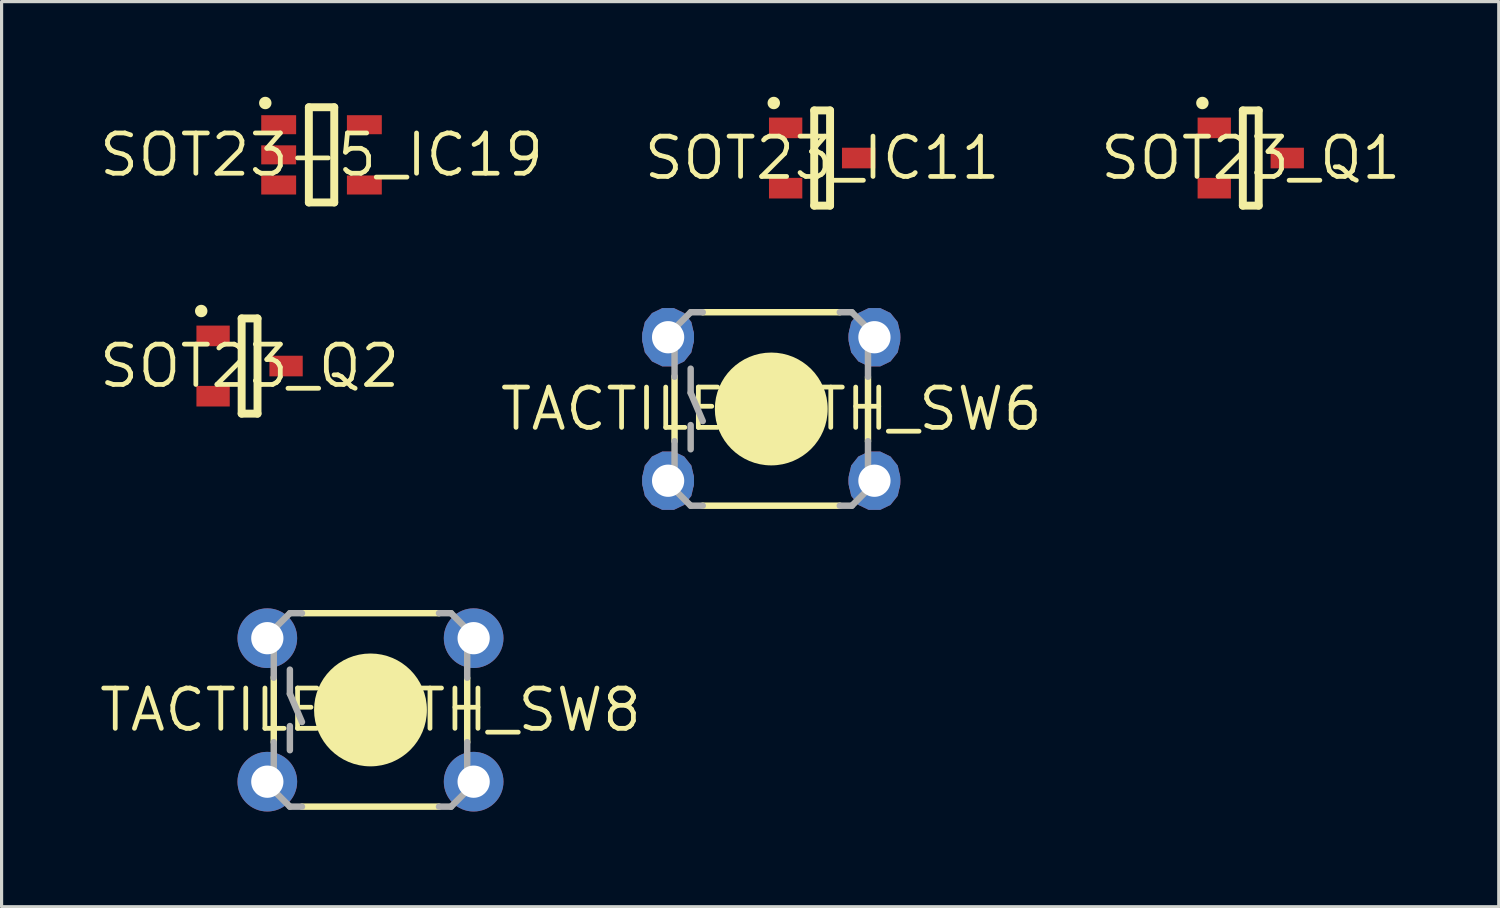
<source format=kicad_pcb>
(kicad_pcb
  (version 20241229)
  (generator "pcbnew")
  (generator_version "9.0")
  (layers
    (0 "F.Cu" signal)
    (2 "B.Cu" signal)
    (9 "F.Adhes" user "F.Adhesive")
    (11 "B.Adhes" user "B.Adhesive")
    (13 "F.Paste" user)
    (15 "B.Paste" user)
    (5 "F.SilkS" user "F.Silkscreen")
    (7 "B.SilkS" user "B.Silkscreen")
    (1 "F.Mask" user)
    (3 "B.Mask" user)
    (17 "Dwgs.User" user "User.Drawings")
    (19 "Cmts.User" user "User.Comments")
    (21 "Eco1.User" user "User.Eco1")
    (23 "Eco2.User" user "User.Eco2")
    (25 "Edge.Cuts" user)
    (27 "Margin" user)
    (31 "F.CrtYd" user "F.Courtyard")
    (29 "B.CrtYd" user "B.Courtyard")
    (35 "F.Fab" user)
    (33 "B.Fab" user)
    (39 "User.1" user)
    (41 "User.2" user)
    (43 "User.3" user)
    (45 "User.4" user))
  (footprint "TACTILE-PTH_SW6"
    (layer "F.Cu")
    (at 21.255 9.838)
    (property "Reference" "TACTILE-PTH_SW6" (at 0 0 0) (layer "F.SilkS") (effects (font (size 1.27 1.27) (thickness 0.15))))
    (fp_poly (pts (xy -2.744 -3.023) (xy -2.519 -2.74) (xy -2.438 -2.387) (xy -2.438 -2.134) (xy -2.519 -1.781) (xy -2.744 -1.498) (xy -3.071 -1.341) (xy -3.432 -1.341) (xy -3.758 -1.498) (xy -3.984 -1.781) (xy -4.064 -2.134) (xy -4.064 -2.387) (xy -3.984 -2.74) (xy -3.758 -3.023) (xy -3.432 -3.18) (xy -3.071 -3.18)) (stroke (width 0) (type default)) (fill yes) (layer "F.Cu"))
    (fp_poly (pts (xy -2.744 1.498) (xy -2.519 1.781) (xy -2.438 2.134) (xy -2.438 2.387) (xy -2.519 2.74) (xy -2.744 3.023) (xy -3.071 3.18) (xy -3.432 3.18) (xy -3.758 3.023) (xy -3.984 2.74) (xy -4.064 2.387) (xy -4.064 2.134) (xy -3.984 1.781) (xy -3.758 1.498) (xy -3.432 1.341) (xy -3.071 1.341)) (stroke (width 0) (type default)) (fill yes) (layer "F.Cu"))
    (fp_poly (pts (xy 3.758 -3.023) (xy 3.984 -2.74) (xy 4.064 -2.387) (xy 4.064 -2.134) (xy 3.984 -1.781) (xy 3.758 -1.498) (xy 3.432 -1.341) (xy 3.071 -1.341) (xy 2.744 -1.498) (xy 2.519 -1.781) (xy 2.438 -2.134) (xy 2.438 -2.387) (xy 2.519 -2.74) (xy 2.744 -3.023) (xy 3.071 -3.18) (xy 3.432 -3.18)) (stroke (width 0) (type default)) (fill yes) (layer "F.Cu"))
    (fp_poly (pts (xy 3.758 1.498) (xy 3.984 1.781) (xy 4.064 2.134) (xy 4.064 2.387) (xy 3.984 2.74) (xy 3.758 3.023) (xy 3.432 3.18) (xy 3.071 3.18) (xy 2.744 3.023) (xy 2.519 2.74) (xy 2.438 2.387) (xy 2.438 2.134) (xy 2.519 1.781) (xy 2.744 1.498) (xy 3.071 1.341) (xy 3.432 1.341)) (stroke (width 0) (type default)) (fill yes) (layer "F.Cu"))
    (fp_poly (pts (xy -2.678 -3.106) (xy -2.424 -2.785) (xy -2.336 -2.399) (xy -2.336 -2.122) (xy -2.424 -1.736) (xy -2.678 -1.416) (xy -3.047 -1.239) (xy -3.455 -1.239) (xy -3.824 -1.416) (xy -4.078 -1.736) (xy -4.167 -2.122) (xy -4.167 -2.399) (xy -4.078 -2.785) (xy -3.824 -3.106) (xy -3.455 -3.283) (xy -3.047 -3.283)) (stroke (width 0) (type default)) (fill yes) (layer "F.Mask"))
    (fp_poly (pts (xy -2.678 1.416) (xy -2.424 1.736) (xy -2.336 2.122) (xy -2.336 2.399) (xy -2.424 2.785) (xy -2.678 3.106) (xy -3.047 3.283) (xy -3.455 3.283) (xy -3.824 3.106) (xy -4.078 2.785) (xy -4.167 2.399) (xy -4.167 2.122) (xy -4.078 1.736) (xy -3.824 1.416) (xy -3.455 1.239) (xy -3.047 1.239)) (stroke (width 0) (type default)) (fill yes) (layer "F.Mask"))
    (fp_poly (pts (xy 3.824 -3.106) (xy 4.078 -2.785) (xy 4.167 -2.399) (xy 4.167 -2.122) (xy 4.078 -1.736) (xy 3.824 -1.416) (xy 3.455 -1.239) (xy 3.047 -1.239) (xy 2.678 -1.416) (xy 2.424 -1.736) (xy 2.336 -2.122) (xy 2.336 -2.399) (xy 2.424 -2.785) (xy 2.678 -3.106) (xy 3.047 -3.283) (xy 3.455 -3.283)) (stroke (width 0) (type default)) (fill yes) (layer "F.Mask"))
    (fp_poly (pts (xy 3.824 1.416) (xy 4.078 1.736) (xy 4.167 2.122) (xy 4.167 2.399) (xy 4.078 2.785) (xy 3.824 3.106) (xy 3.455 3.283) (xy 3.047 3.283) (xy 2.678 3.106) (xy 2.424 2.785) (xy 2.336 2.399) (xy 2.336 2.122) (xy 2.424 1.736) (xy 2.678 1.416) (xy 3.047 1.239) (xy 3.455 1.239)) (stroke (width 0) (type default)) (fill yes) (layer "F.Mask"))
    (fp_poly (pts (xy -2.744 -3.023) (xy -2.519 -2.74) (xy -2.438 -2.387) (xy -2.438 -2.134) (xy -2.519 -1.781) (xy -2.744 -1.498) (xy -3.071 -1.341) (xy -3.432 -1.341) (xy -3.758 -1.498) (xy -3.984 -1.781) (xy -4.064 -2.134) (xy -4.064 -2.387) (xy -3.984 -2.74) (xy -3.758 -3.023) (xy -3.432 -3.18) (xy -3.071 -3.18)) (stroke (width 0) (type default)) (fill yes) (layer "B.Cu"))
    (fp_poly (pts (xy -2.744 1.498) (xy -2.519 1.781) (xy -2.438 2.134) (xy -2.438 2.387) (xy -2.519 2.74) (xy -2.744 3.023) (xy -3.071 3.18) (xy -3.432 3.18) (xy -3.758 3.023) (xy -3.984 2.74) (xy -4.064 2.387) (xy -4.064 2.134) (xy -3.984 1.781) (xy -3.758 1.498) (xy -3.432 1.341) (xy -3.071 1.341)) (stroke (width 0) (type default)) (fill yes) (layer "B.Cu"))
    (fp_poly (pts (xy 3.758 -3.023) (xy 3.984 -2.74) (xy 4.064 -2.387) (xy 4.064 -2.134) (xy 3.984 -1.781) (xy 3.758 -1.498) (xy 3.432 -1.341) (xy 3.071 -1.341) (xy 2.744 -1.498) (xy 2.519 -1.781) (xy 2.438 -2.134) (xy 2.438 -2.387) (xy 2.519 -2.74) (xy 2.744 -3.023) (xy 3.071 -3.18) (xy 3.432 -3.18)) (stroke (width 0) (type default)) (fill yes) (layer "B.Cu"))
    (fp_poly (pts (xy 3.758 1.498) (xy 3.984 1.781) (xy 4.064 2.134) (xy 4.064 2.387) (xy 3.984 2.74) (xy 3.758 3.023) (xy 3.432 3.18) (xy 3.071 3.18) (xy 2.744 3.023) (xy 2.519 2.74) (xy 2.438 2.387) (xy 2.438 2.134) (xy 2.519 1.781) (xy 2.744 1.498) (xy 3.071 1.341) (xy 3.432 1.341)) (stroke (width 0) (type default)) (fill yes) (layer "B.Cu"))
    (fp_poly (pts (xy -2.678 -3.106) (xy -2.424 -2.785) (xy -2.336 -2.399) (xy -2.336 -2.122) (xy -2.424 -1.736) (xy -2.678 -1.416) (xy -3.047 -1.239) (xy -3.455 -1.239) (xy -3.824 -1.416) (xy -4.078 -1.736) (xy -4.167 -2.122) (xy -4.167 -2.399) (xy -4.078 -2.785) (xy -3.824 -3.106) (xy -3.455 -3.283) (xy -3.047 -3.283)) (stroke (width 0) (type default)) (fill yes) (layer "B.Mask"))
    (fp_poly (pts (xy -2.678 1.416) (xy -2.424 1.736) (xy -2.336 2.122) (xy -2.336 2.399) (xy -2.424 2.785) (xy -2.678 3.106) (xy -3.047 3.283) (xy -3.455 3.283) (xy -3.824 3.106) (xy -4.078 2.785) (xy -4.167 2.399) (xy -4.167 2.122) (xy -4.078 1.736) (xy -3.824 1.416) (xy -3.455 1.239) (xy -3.047 1.239)) (stroke (width 0) (type default)) (fill yes) (layer "B.Mask"))
    (fp_poly (pts (xy 3.824 -3.106) (xy 4.078 -2.785) (xy 4.167 -2.399) (xy 4.167 -2.122) (xy 4.078 -1.736) (xy 3.824 -1.416) (xy 3.455 -1.239) (xy 3.047 -1.239) (xy 2.678 -1.416) (xy 2.424 -1.736) (xy 2.336 -2.122) (xy 2.336 -2.399) (xy 2.424 -2.785) (xy 2.678 -3.106) (xy 3.047 -3.283) (xy 3.455 -3.283)) (stroke (width 0) (type default)) (fill yes) (layer "B.Mask"))
    (fp_poly (pts (xy 3.824 1.416) (xy 4.078 1.736) (xy 4.167 2.122) (xy 4.167 2.399) (xy 4.078 2.785) (xy 3.824 3.106) (xy 3.455 3.283) (xy 3.047 3.283) (xy 2.678 3.106) (xy 2.424 2.785) (xy 2.336 2.399) (xy 2.336 2.122) (xy 2.424 1.736) (xy 2.678 1.416) (xy 3.047 1.239) (xy 3.455 1.239)) (stroke (width 0) (type default)) (fill yes) (layer "B.Mask"))
    (fp_line (start -3.048 -1.028) (end -3.048 1.016) (stroke (width 0.203) (type solid)) (layer "F.SilkS"))
    (fp_line (start -2.159 3.048) (end 2.159 3.048) (stroke (width 0.203) (type solid)) (layer "F.SilkS"))
    (fp_line (start 2.159 -3.048) (end -2.159 -3.048) (stroke (width 0.203) (type solid)) (layer "F.SilkS"))
    (fp_line (start 3.048 -0.998) (end 3.048 1.016) (stroke (width 0.203) (type solid)) (layer "F.SilkS"))
    (fp_circle (center 0 0) (end 0.889 0) (stroke (width 1.778) (type solid)) (fill yes) (layer "F.SilkS"))
    (fp_line (start -3.048 -2.54) (end -3.048 -1.016) (stroke (width 0.203) (type solid)) (layer "F.Fab"))
    (fp_line (start -3.048 2.54) (end -3.048 1.016) (stroke (width 0.203) (type solid)) (layer "F.Fab"))
    (fp_line (start -2.54 -3.048) (end -3.048 -2.54) (stroke (width 0.203) (type solid)) (layer "F.Fab"))
    (fp_line (start -2.54 -3.048) (end -2.159 -3.048) (stroke (width 0.203) (type solid)) (layer "F.Fab"))
    (fp_line (start -2.54 -1.27) (end -2.54 -0.508) (stroke (width 0.203) (type solid)) (layer "F.Fab"))
    (fp_line (start -2.54 -0.508) (end -2.159 0.381) (stroke (width 0.203) (type solid)) (layer "F.Fab"))
    (fp_line (start -2.54 0.508) (end -2.54 1.27) (stroke (width 0.203) (type solid)) (layer "F.Fab"))
    (fp_line (start -2.54 3.048) (end -3.048 2.54) (stroke (width 0.203) (type solid)) (layer "F.Fab"))
    (fp_line (start -2.54 3.048) (end -2.159 3.048) (stroke (width 0.203) (type solid)) (layer "F.Fab"))
    (fp_line (start 2.54 -3.048) (end 2.159 -3.048) (stroke (width 0.203) (type solid)) (layer "F.Fab"))
    (fp_line (start 2.54 3.048) (end 2.159 3.048) (stroke (width 0.203) (type solid)) (layer "F.Fab"))
    (fp_line (start 2.54 3.048) (end 3.048 2.54) (stroke (width 0.203) (type solid)) (layer "F.Fab"))
    (fp_line (start 3.048 -2.54) (end 2.54 -3.048) (stroke (width 0.203) (type solid)) (layer "F.Fab"))
    (fp_line (start 3.048 -1.016) (end 3.048 -2.54) (stroke (width 0.203) (type solid)) (layer "F.Fab"))
    (fp_line (start 3.048 2.54) (end 3.048 1.016) (stroke (width 0.203) (type solid)) (layer "F.Fab"))
    (pad "1" thru_hole circle (at -3.251 -2.261) (size 1.626 1.626) (drill 1.016) (layers "*.Cu"))
    (pad "2" thru_hole circle (at 3.251 -2.261) (size 1.626 1.626) (drill 1.016) (layers "*.Cu"))
    (pad "3" thru_hole circle (at -3.251 2.261) (size 1.626 1.626) (drill 1.016) (layers "*.Cu"))
    (pad "4" thru_hole circle (at 3.251 2.261) (size 1.626 1.626) (drill 1.016) (layers "*.Cu")))
  (footprint "SOT23_IC11"
    (layer "F.Cu")
    (at 22.858 1.93)
    (property "Reference" "SOT23_IC11" (at 0 0 0) (layer "F.SilkS") (effects (font (size 1.27 1.27) (thickness 0.15))))
    (fp_line (start -0.25 -1.5) (end -0.25 1.5) (stroke (width 0.25) (type solid)) (layer "F.SilkS"))
    (fp_line (start -0.25 1.5) (end 0.25 1.5) (stroke (width 0.25) (type solid)) (layer "F.SilkS"))
    (fp_line (start 0.25 -1.5) (end -0.25 -1.5) (stroke (width 0.25) (type solid)) (layer "F.SilkS"))
    (fp_line (start 0.25 1.5) (end 0.25 -1.5) (stroke (width 0.25) (type solid)) (layer "F.SilkS"))
    (fp_circle (center -1.524 -1.734) (end -1.426 -1.734) (stroke (width 0.196) (type solid)) (fill yes) (layer "F.SilkS"))
    (pad "1" smd rect (at -1.15 -0.95 270) (size 0.65 1.05) (layers "F.Cu" "F.Mask" "F.Paste"))
    (pad "2" smd rect (at -1.15 0.95 270) (size 0.65 1.05) (layers "F.Cu" "F.Mask" "F.Paste"))
    (pad "3" smd rect (at 1.15 0 270) (size 0.65 1.05) (layers "F.Cu" "F.Mask" "F.Paste")))
  (footprint "SOT23_Q2"
    (layer "F.Cu")
    (at 4.815 8.485)
    (property "Reference" "SOT23_Q2" (at 0 0 0) (layer "F.SilkS") (effects (font (size 1.27 1.27) (thickness 0.15))))
    (fp_line (start -0.25 -1.5) (end -0.25 1.5) (stroke (width 0.25) (type solid)) (layer "F.SilkS"))
    (fp_line (start -0.25 1.5) (end 0.25 1.5) (stroke (width 0.25) (type solid)) (layer "F.SilkS"))
    (fp_line (start 0.25 -1.5) (end -0.25 -1.5) (stroke (width 0.25) (type solid)) (layer "F.SilkS"))
    (fp_line (start 0.25 1.5) (end 0.25 -1.5) (stroke (width 0.25) (type solid)) (layer "F.SilkS"))
    (fp_circle (center -1.524 -1.734) (end -1.426 -1.734) (stroke (width 0.196) (type solid)) (fill yes) (layer "F.SilkS"))
    (pad "1" smd rect (at -1.15 -0.95 90) (size 0.65 1.05) (layers "F.Cu" "F.Mask" "F.Paste"))
    (pad "2" smd rect (at -1.15 0.95 90) (size 0.65 1.05) (layers "F.Cu" "F.Mask" "F.Paste"))
    (pad "3" smd rect (at 1.15 0 90) (size 0.65 1.05) (layers "F.Cu" "F.Mask" "F.Paste")))
  (footprint "SOT23_Q1"
    (layer "F.Cu")
    (at 36.365 1.93)
    (property "Reference" "SOT23_Q1" (at 0 0 0) (layer "F.SilkS") (effects (font (size 1.27 1.27) (thickness 0.15))))
    (fp_line (start -0.25 -1.5) (end -0.25 1.5) (stroke (width 0.25) (type solid)) (layer "F.SilkS"))
    (fp_line (start -0.25 1.5) (end 0.25 1.5) (stroke (width 0.25) (type solid)) (layer "F.SilkS"))
    (fp_line (start 0.25 -1.5) (end -0.25 -1.5) (stroke (width 0.25) (type solid)) (layer "F.SilkS"))
    (fp_line (start 0.25 1.5) (end 0.25 -1.5) (stroke (width 0.25) (type solid)) (layer "F.SilkS"))
    (fp_circle (center -1.524 -1.734) (end -1.426 -1.734) (stroke (width 0.196) (type solid)) (fill yes) (layer "F.SilkS"))
    (pad "1" smd rect (at -1.15 -0.95 90) (size 0.65 1.05) (layers "F.Cu" "F.Mask" "F.Paste"))
    (pad "2" smd rect (at -1.15 0.95 90) (size 0.65 1.05) (layers "F.Cu" "F.Mask" "F.Paste"))
    (pad "3" smd rect (at 1.15 0 90) (size 0.65 1.05) (layers "F.Cu" "F.Mask" "F.Paste")))
  (footprint "TACTILE-PTH_SW8"
    (layer "F.Cu")
    (at 8.625 19.322)
    (property "Reference" "TACTILE-PTH_SW8" (at 0 0 0) (layer "F.SilkS") (effects (font (size 1.27 1.27) (thickness 0.15))))
    (fp_circle (center -3.251 -2.261) (end -3.251 -2.261) (stroke (width 0) (type solid)) (fill yes) (layer "F.Mask"))
    (fp_circle (center -3.251 2.261) (end -3.251 2.261) (stroke (width 0) (type solid)) (fill yes) (layer "F.Mask"))
    (fp_circle (center 3.251 -2.261) (end 3.251 -2.261) (stroke (width 0) (type solid)) (fill yes) (layer "F.Mask"))
    (fp_circle (center 3.251 2.261) (end 3.251 2.261) (stroke (width 0) (type solid)) (fill yes) (layer "F.Mask"))
    (fp_circle (center -3.251 -2.261) (end -3.251 -2.261) (stroke (width 0) (type solid)) (fill yes) (layer "B.Mask"))
    (fp_circle (center -3.251 2.261) (end -3.251 2.261) (stroke (width 0) (type solid)) (fill yes) (layer "B.Mask"))
    (fp_circle (center 3.251 -2.261) (end 3.251 -2.261) (stroke (width 0) (type solid)) (fill yes) (layer "B.Mask"))
    (fp_circle (center 3.251 2.261) (end 3.251 2.261) (stroke (width 0) (type solid)) (fill yes) (layer "B.Mask"))
    (fp_line (start -3.048 -1.028) (end -3.048 1.016) (stroke (width 0.203) (type solid)) (layer "F.SilkS"))
    (fp_line (start -2.159 3.048) (end 2.159 3.048) (stroke (width 0.203) (type solid)) (layer "F.SilkS"))
    (fp_line (start 2.159 -3.048) (end -2.159 -3.048) (stroke (width 0.203) (type solid)) (layer "F.SilkS"))
    (fp_line (start 3.048 -0.998) (end 3.048 1.016) (stroke (width 0.203) (type solid)) (layer "F.SilkS"))
    (fp_circle (center 0 0) (end 0.889 0) (stroke (width 1.778) (type solid)) (fill yes) (layer "F.SilkS"))
    (fp_line (start -3.048 -2.54) (end -3.048 -1.016) (stroke (width 0.203) (type solid)) (layer "F.Fab"))
    (fp_line (start -3.048 2.54) (end -3.048 1.016) (stroke (width 0.203) (type solid)) (layer "F.Fab"))
    (fp_line (start -2.54 -3.048) (end -3.048 -2.54) (stroke (width 0.203) (type solid)) (layer "F.Fab"))
    (fp_line (start -2.54 -3.048) (end -2.159 -3.048) (stroke (width 0.203) (type solid)) (layer "F.Fab"))
    (fp_line (start -2.54 -1.27) (end -2.54 -0.508) (stroke (width 0.203) (type solid)) (layer "F.Fab"))
    (fp_line (start -2.54 -0.508) (end -2.159 0.381) (stroke (width 0.203) (type solid)) (layer "F.Fab"))
    (fp_line (start -2.54 0.508) (end -2.54 1.27) (stroke (width 0.203) (type solid)) (layer "F.Fab"))
    (fp_line (start -2.54 3.048) (end -3.048 2.54) (stroke (width 0.203) (type solid)) (layer "F.Fab"))
    (fp_line (start -2.54 3.048) (end -2.159 3.048) (stroke (width 0.203) (type solid)) (layer "F.Fab"))
    (fp_line (start 2.54 -3.048) (end 2.159 -3.048) (stroke (width 0.203) (type solid)) (layer "F.Fab"))
    (fp_line (start 2.54 3.048) (end 2.159 3.048) (stroke (width 0.203) (type solid)) (layer "F.Fab"))
    (fp_line (start 2.54 3.048) (end 3.048 2.54) (stroke (width 0.203) (type solid)) (layer "F.Fab"))
    (fp_line (start 3.048 -2.54) (end 2.54 -3.048) (stroke (width 0.203) (type solid)) (layer "F.Fab"))
    (fp_line (start 3.048 -1.016) (end 3.048 -2.54) (stroke (width 0.203) (type solid)) (layer "F.Fab"))
    (fp_line (start 3.048 2.54) (end 3.048 1.016) (stroke (width 0.203) (type solid)) (layer "F.Fab"))
    (pad "1" thru_hole circle (at -3.251 -2.261) (size 1.88 1.88) (drill 1.016) (layers "*.Cu"))
    (pad "2" thru_hole circle (at 3.251 -2.261) (size 1.88 1.88) (drill 1.016) (layers "*.Cu"))
    (pad "3" thru_hole circle (at -3.251 2.261) (size 1.88 1.88) (drill 1.016) (layers "*.Cu"))
    (pad "4" thru_hole circle (at 3.251 2.261) (size 1.88 1.88) (drill 1.016) (layers "*.Cu")))
  (footprint "SOT23-5_IC19"
    (layer "F.Cu")
    (at 7.083 1.83)
    (property "Reference" "SOT23-5_IC19" (at 0 0 0) (layer "F.SilkS") (effects (font (size 1.27 1.27) (thickness 0.15))))
    (fp_poly (pts (xy -1.901 -0.649) (xy -1.901 -1.25) (xy -0.8 -1.25) (xy -0.8 -0.649)) (stroke (width 0) (type default)) (fill yes) (layer "F.Mask"))
    (fp_poly (pts (xy -1.901 0.3) (xy -1.901 -0.3) (xy -0.8 -0.3) (xy -0.8 0.3)) (stroke (width 0) (type default)) (fill yes) (layer "F.Mask"))
    (fp_poly (pts (xy -1.901 1.25) (xy -1.901 0.649) (xy -0.8 0.649) (xy -0.8 1.25)) (stroke (width 0) (type default)) (fill yes) (layer "F.Mask"))
    (fp_poly (pts (xy 0.799 -0.65) (xy 0.799 -1.25) (xy 1.899 -1.25) (xy 1.899 -0.65)) (stroke (width 0) (type default)) (fill yes) (layer "F.Mask"))
    (fp_poly (pts (xy 0.799 1.25) (xy 0.799 0.65) (xy 1.899 0.65) (xy 1.899 1.25)) (stroke (width 0) (type default)) (fill yes) (layer "F.Mask"))
    (fp_line (start -0.4 -1.5) (end -0.4 1.5) (stroke (width 0.25) (type solid)) (layer "F.SilkS"))
    (fp_line (start -0.4 -1.5) (end 0.4 -1.5) (stroke (width 0.25) (type solid)) (layer "F.SilkS"))
    (fp_line (start -0.4 1.5) (end 0.4 1.5) (stroke (width 0.25) (type solid)) (layer "F.SilkS"))
    (fp_line (start 0.4 -1.5) (end 0.4 1.5) (stroke (width 0.25) (type solid)) (layer "F.SilkS"))
    (fp_circle (center -1.773 -1.634) (end -1.675 -1.634) (stroke (width 0.196) (type solid)) (fill yes) (layer "F.SilkS"))
    (fp_poly (pts (xy -1.901 -0.649) (xy -1.901 -1.25) (xy -0.8 -1.25) (xy -0.8 -0.649)) (stroke (width 0) (type default)) (fill yes) (layer "F.Paste"))
    (fp_poly (pts (xy -1.901 0.3) (xy -1.901 -0.3) (xy -0.8 -0.3) (xy -0.8 0.3)) (stroke (width 0) (type default)) (fill yes) (layer "F.Paste"))
    (fp_poly (pts (xy -1.901 1.25) (xy -1.901 0.649) (xy -0.8 0.649) (xy -0.8 1.25)) (stroke (width 0) (type default)) (fill yes) (layer "F.Paste"))
    (fp_poly (pts (xy 0.799 -0.65) (xy 0.799 -1.25) (xy 1.899 -1.25) (xy 1.899 -0.65)) (stroke (width 0) (type default)) (fill yes) (layer "F.Paste"))
    (fp_poly (pts (xy 0.799 1.25) (xy 0.799 0.65) (xy 1.899 0.65) (xy 1.899 1.25)) (stroke (width 0) (type default)) (fill yes) (layer "F.Paste"))
    (pad "1" smd rect (at -1.351 -0.95 90) (size 0.6 1.1) (layers "F.Cu"))
    (pad "2" smd rect (at -1.351 0 90) (size 0.6 1.1) (layers "F.Cu"))
    (pad "3" smd rect (at -1.351 0.95 90) (size 0.6 1.1) (layers "F.Cu"))
    (pad "4" smd rect (at 1.349 0.95 90) (size 0.6 1.1) (layers "F.Cu"))
    (pad "5" smd rect (at 1.349 -0.95 90) (size 0.6 1.1) (layers "F.Cu")))
  (gr_rect
    (start -3 -3)
    (end 44.18 25.523)
    (stroke (width 0.1) (type default))
    (fill no)
    (layer "Edge.Cuts")))
</source>
